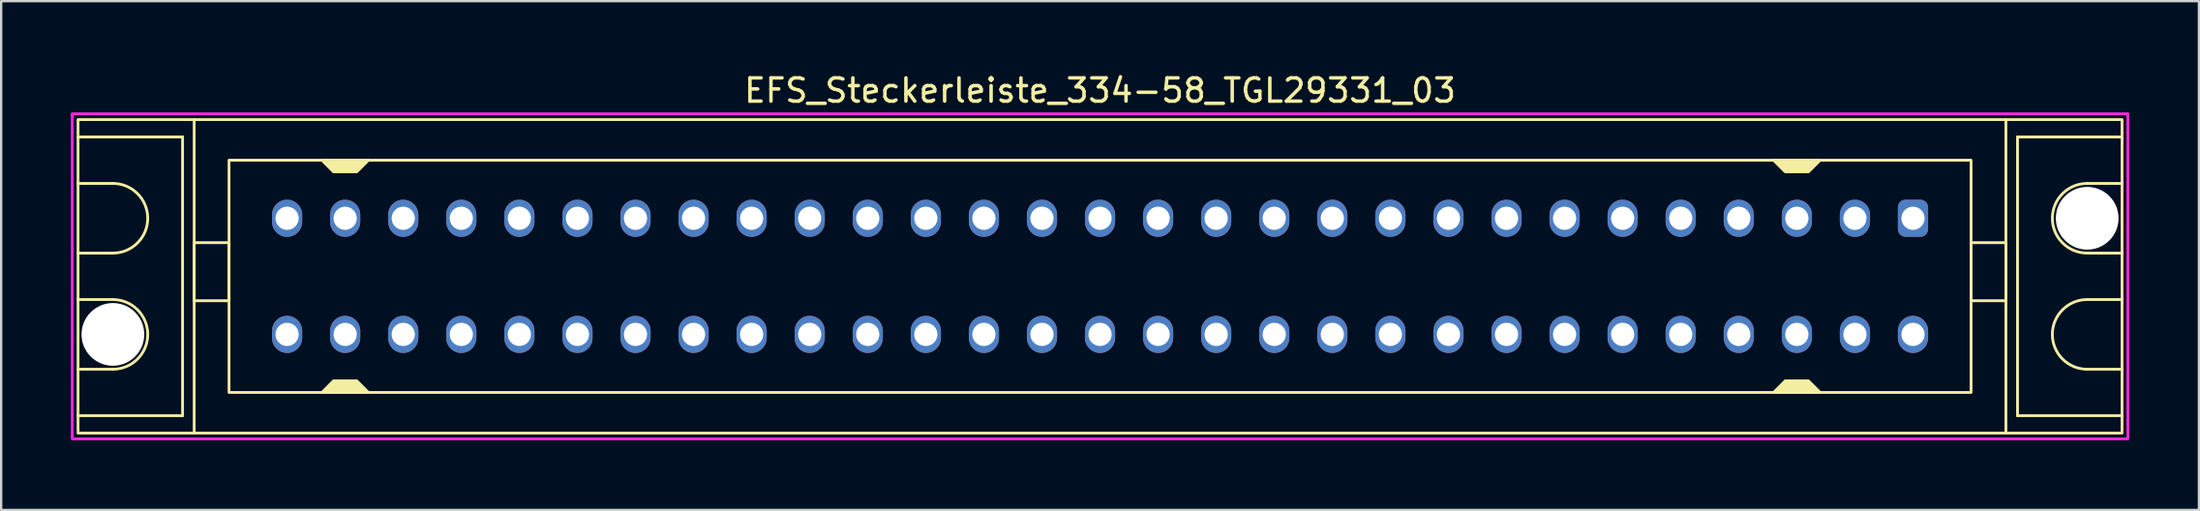
<source format=kicad_pcb>
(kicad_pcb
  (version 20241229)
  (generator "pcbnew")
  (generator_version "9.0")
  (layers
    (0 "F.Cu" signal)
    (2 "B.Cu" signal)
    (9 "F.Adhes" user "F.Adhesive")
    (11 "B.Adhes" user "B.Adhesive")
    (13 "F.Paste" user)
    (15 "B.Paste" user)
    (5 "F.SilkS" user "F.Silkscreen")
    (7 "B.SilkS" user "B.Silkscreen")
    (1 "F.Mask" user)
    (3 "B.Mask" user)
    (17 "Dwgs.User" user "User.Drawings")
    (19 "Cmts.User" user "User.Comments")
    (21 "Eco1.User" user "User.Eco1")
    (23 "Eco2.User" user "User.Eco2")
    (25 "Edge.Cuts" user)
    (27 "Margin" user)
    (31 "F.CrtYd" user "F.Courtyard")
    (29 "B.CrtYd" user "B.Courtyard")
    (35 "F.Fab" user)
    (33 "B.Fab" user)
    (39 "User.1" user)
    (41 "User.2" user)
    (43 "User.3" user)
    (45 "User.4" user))
  (footprint "EFS_Steckerleiste_334-58_TGL29331_03"
    (layer "F.Cu")
    (at 44.31 8.848)
    (property "Reference" "EFS_Steckerleiste_334-58_TGL29331_03" (at 0 -8 180) (layer "F.SilkS") (effects (font (size 1 1) (thickness 0.15))))
    (attr through_hole)
    (fp_line (start -44 -6) (end -39.5 -6) (stroke (width 0.12) (type solid)) (layer "F.SilkS"))
    (fp_line (start -42.5 -4) (end -44 -4) (stroke (width 0.12) (type solid)) (layer "F.SilkS"))
    (fp_line (start -42.5 -1) (end -44 -1) (stroke (width 0.12) (type solid)) (layer "F.SilkS"))
    (fp_line (start -42.5 1) (end -44 1) (stroke (width 0.12) (type solid)) (layer "F.SilkS"))
    (fp_line (start -42.5 4) (end -44 4) (stroke (width 0.12) (type solid)) (layer "F.SilkS"))
    (fp_line (start -39.5 -6) (end -39.5 6) (stroke (width 0.12) (type solid)) (layer "F.SilkS"))
    (fp_line (start -39.5 6) (end -44 6) (stroke (width 0.12) (type solid)) (layer "F.SilkS"))
    (fp_line (start -39 6.75) (end -39 -6.75) (stroke (width 0.12) (type solid)) (layer "F.SilkS"))
    (fp_line (start 39 6.75) (end 39 -6.75) (stroke (width 0.12) (type solid)) (layer "F.SilkS"))
    (fp_line (start 39.5 -6) (end 39.5 6) (stroke (width 0.12) (type solid)) (layer "F.SilkS"))
    (fp_line (start 39.5 6) (end 44 6) (stroke (width 0.12) (type solid)) (layer "F.SilkS"))
    (fp_line (start 42.5 -4) (end 44 -4) (stroke (width 0.12) (type solid)) (layer "F.SilkS"))
    (fp_line (start 42.5 -1) (end 44 -1) (stroke (width 0.12) (type solid)) (layer "F.SilkS"))
    (fp_line (start 42.5 1) (end 44 1) (stroke (width 0.12) (type solid)) (layer "F.SilkS"))
    (fp_line (start 42.5 4) (end 44 4) (stroke (width 0.12) (type solid)) (layer "F.SilkS"))
    (fp_line (start 44 -6) (end 39.5 -6) (stroke (width 0.12) (type solid)) (layer "F.SilkS"))
    (fp_rect (start -44 -6.75) (end 44 6.75) (stroke (width 0.12) (type solid)) (fill no) (layer "F.SilkS"))
    (fp_rect (start -37.5 -5) (end 37.5 5) (stroke (width 0.12) (type solid)) (fill no) (layer "F.SilkS"))
    (fp_rect (start -37.5 -1.45) (end -39 1.05) (stroke (width 0.12) (type solid)) (fill no) (layer "F.SilkS"))
    (fp_rect (start 39 -1.45) (end 37.5 1.05) (stroke (width 0.12) (type solid)) (fill no) (layer "F.SilkS"))
    (fp_arc (start -42.5 -4) (mid -41 -2.5) (end -42.5 -1) (stroke (width 0.12) (type solid)) (layer "F.SilkS"))
    (fp_arc (start -42.5 1) (mid -41 2.5) (end -42.5 4) (stroke (width 0.12) (type solid)) (layer "F.SilkS"))
    (fp_arc (start 42.5 -1) (mid 41 -2.5) (end 42.5 -4) (stroke (width 0.12) (type solid)) (layer "F.SilkS"))
    (fp_arc (start 42.5 4) (mid 41 2.5) (end 42.5 1) (stroke (width 0.12) (type solid)) (layer "F.SilkS"))
    (fp_poly (pts (xy -33 4.5) (xy -32 4.5) (xy -31.5 5) (xy -33.5 5)) (stroke (width 0.12) (type solid)) (fill yes) (layer "F.SilkS"))
    (fp_poly (pts (xy -32 -4.5) (xy -33 -4.5) (xy -33.5 -5) (xy -31.5 -5)) (stroke (width 0.12) (type solid)) (fill yes) (layer "F.SilkS"))
    (fp_poly (pts (xy 29.5 4.5) (xy 30.5 4.5) (xy 31 5) (xy 29 5)) (stroke (width 0.12) (type solid)) (fill yes) (layer "F.SilkS"))
    (fp_poly (pts (xy 30.5 -4.5) (xy 29.5 -4.5) (xy 29 -5) (xy 31 -5)) (stroke (width 0.12) (type solid)) (fill yes) (layer "F.SilkS"))
    (fp_rect (start -44.25 -7) (end 44.25 7) (stroke (width 0.12) (type solid)) (fill no) (layer "F.CrtYd"))
    (pad "" np_thru_hole circle (at -42.5 2.5) (size 2.7 2.7) (drill 2.7) (layers "*.Cu" "*.Mask"))
    (pad "" np_thru_hole circle (at 42.5 -2.5) (size 2.7 2.7) (drill 2.7) (layers "*.Cu" "*.Mask"))
    (pad "1a" thru_hole roundrect (at 35 -2.5) (size 1.3 1.6) (drill 1) (layers "*.Cu" "*.Mask") (roundrect_rratio 0.25))
    (pad "1c" thru_hole oval (at 35 2.5) (size 1.3 1.6) (drill 1) (layers "*.Cu" "*.Mask"))
    (pad "2a" thru_hole oval (at 32.5 -2.5) (size 1.3 1.6) (drill 1) (layers "*.Cu" "*.Mask"))
    (pad "2c" thru_hole oval (at 32.5 2.5) (size 1.3 1.6) (drill 1) (layers "*.Cu" "*.Mask"))
    (pad "3a" thru_hole oval (at 30 -2.5) (size 1.3 1.6) (drill 1) (layers "*.Cu" "*.Mask"))
    (pad "3c" thru_hole oval (at 30 2.5) (size 1.3 1.6) (drill 1) (layers "*.Cu" "*.Mask"))
    (pad "4a" thru_hole oval (at 27.5 -2.5) (size 1.3 1.6) (drill 1) (layers "*.Cu" "*.Mask"))
    (pad "4c" thru_hole oval (at 27.5 2.5) (size 1.3 1.6) (drill 1) (layers "*.Cu" "*.Mask"))
    (pad "5a" thru_hole oval (at 25 -2.5) (size 1.3 1.6) (drill 1) (layers "*.Cu" "*.Mask"))
    (pad "5c" thru_hole oval (at 25 2.5) (size 1.3 1.6) (drill 1) (layers "*.Cu" "*.Mask"))
    (pad "6a" thru_hole oval (at 22.5 -2.5) (size 1.3 1.6) (drill 1) (layers "*.Cu" "*.Mask"))
    (pad "6c" thru_hole oval (at 22.5 2.5) (size 1.3 1.6) (drill 1) (layers "*.Cu" "*.Mask"))
    (pad "7a" thru_hole oval (at 20 -2.5) (size 1.3 1.6) (drill 1) (layers "*.Cu" "*.Mask"))
    (pad "7c" thru_hole oval (at 20 2.5) (size 1.3 1.6) (drill 1) (layers "*.Cu" "*.Mask"))
    (pad "8a" thru_hole oval (at 17.5 -2.5) (size 1.3 1.6) (drill 1) (layers "*.Cu" "*.Mask"))
    (pad "8c" thru_hole oval (at 17.5 2.5) (size 1.3 1.6) (drill 1) (layers "*.Cu" "*.Mask"))
    (pad "9a" thru_hole oval (at 15 -2.5) (size 1.3 1.6) (drill 1) (layers "*.Cu" "*.Mask"))
    (pad "9c" thru_hole oval (at 15 2.5) (size 1.3 1.6) (drill 1) (layers "*.Cu" "*.Mask"))
    (pad "10a" thru_hole oval (at 12.5 -2.5) (size 1.3 1.6) (drill 1) (layers "*.Cu" "*.Mask"))
    (pad "10c" thru_hole oval (at 12.5 2.5) (size 1.3 1.6) (drill 1) (layers "*.Cu" "*.Mask"))
    (pad "11a" thru_hole oval (at 10 -2.5) (size 1.3 1.6) (drill 1) (layers "*.Cu" "*.Mask"))
    (pad "11c" thru_hole oval (at 10 2.5) (size 1.3 1.6) (drill 1) (layers "*.Cu" "*.Mask"))
    (pad "12a" thru_hole oval (at 7.5 -2.5) (size 1.3 1.6) (drill 1) (layers "*.Cu" "*.Mask"))
    (pad "12c" thru_hole oval (at 7.5 2.5) (size 1.3 1.6) (drill 1) (layers "*.Cu" "*.Mask"))
    (pad "13a" thru_hole oval (at 5 -2.5) (size 1.3 1.6) (drill 1) (layers "*.Cu" "*.Mask"))
    (pad "13c" thru_hole oval (at 5 2.5) (size 1.3 1.6) (drill 1) (layers "*.Cu" "*.Mask"))
    (pad "14a" thru_hole oval (at 2.5 -2.5) (size 1.3 1.6) (drill 1) (layers "*.Cu" "*.Mask"))
    (pad "14c" thru_hole oval (at 2.5 2.5) (size 1.3 1.6) (drill 1) (layers "*.Cu" "*.Mask"))
    (pad "15a" thru_hole oval (at 0 -2.5) (size 1.3 1.6) (drill 1) (layers "*.Cu" "*.Mask"))
    (pad "15c" thru_hole oval (at 0 2.5) (size 1.3 1.6) (drill 1) (layers "*.Cu" "*.Mask"))
    (pad "16a" thru_hole oval (at -2.5 -2.5) (size 1.3 1.6) (drill 1) (layers "*.Cu" "*.Mask"))
    (pad "16c" thru_hole oval (at -2.5 2.5) (size 1.3 1.6) (drill 1) (layers "*.Cu" "*.Mask"))
    (pad "17a" thru_hole oval (at -5 -2.5) (size 1.3 1.6) (drill 1) (layers "*.Cu" "*.Mask"))
    (pad "17c" thru_hole oval (at -5 2.5) (size 1.3 1.6) (drill 1) (layers "*.Cu" "*.Mask"))
    (pad "18a" thru_hole oval (at -7.5 -2.5) (size 1.3 1.6) (drill 1) (layers "*.Cu" "*.Mask"))
    (pad "18c" thru_hole oval (at -7.5 2.5) (size 1.3 1.6) (drill 1) (layers "*.Cu" "*.Mask"))
    (pad "19a" thru_hole oval (at -10 -2.5) (size 1.3 1.6) (drill 1) (layers "*.Cu" "*.Mask"))
    (pad "19c" thru_hole oval (at -10 2.5) (size 1.3 1.6) (drill 1) (layers "*.Cu" "*.Mask"))
    (pad "20a" thru_hole oval (at -12.5 -2.5) (size 1.3 1.6) (drill 1) (layers "*.Cu" "*.Mask"))
    (pad "20c" thru_hole oval (at -12.5 2.5) (size 1.3 1.6) (drill 1) (layers "*.Cu" "*.Mask"))
    (pad "21a" thru_hole oval (at -15 -2.5) (size 1.3 1.6) (drill 1) (layers "*.Cu" "*.Mask"))
    (pad "21c" thru_hole oval (at -15 2.5) (size 1.3 1.6) (drill 1) (layers "*.Cu" "*.Mask"))
    (pad "22a" thru_hole oval (at -17.5 -2.5) (size 1.3 1.6) (drill 1) (layers "*.Cu" "*.Mask"))
    (pad "22c" thru_hole oval (at -17.5 2.5) (size 1.3 1.6) (drill 1) (layers "*.Cu" "*.Mask"))
    (pad "23a" thru_hole oval (at -20 -2.5) (size 1.3 1.6) (drill 1) (layers "*.Cu" "*.Mask"))
    (pad "23c" thru_hole oval (at -20 2.5) (size 1.3 1.6) (drill 1) (layers "*.Cu" "*.Mask"))
    (pad "24a" thru_hole oval (at -22.5 -2.5) (size 1.3 1.6) (drill 1) (layers "*.Cu" "*.Mask"))
    (pad "24c" thru_hole oval (at -22.5 2.5) (size 1.3 1.6) (drill 1) (layers "*.Cu" "*.Mask"))
    (pad "25a" thru_hole oval (at -25 -2.5) (size 1.3 1.6) (drill 1) (layers "*.Cu" "*.Mask"))
    (pad "25c" thru_hole oval (at -25 2.5) (size 1.3 1.6) (drill 1) (layers "*.Cu" "*.Mask"))
    (pad "26a" thru_hole oval (at -27.5 -2.5) (size 1.3 1.6) (drill 1) (layers "*.Cu" "*.Mask"))
    (pad "26c" thru_hole oval (at -27.5 2.5) (size 1.3 1.6) (drill 1) (layers "*.Cu" "*.Mask"))
    (pad "27a" thru_hole oval (at -30 -2.5) (size 1.3 1.6) (drill 1) (layers "*.Cu" "*.Mask"))
    (pad "27c" thru_hole oval (at -30 2.5) (size 1.3 1.6) (drill 1) (layers "*.Cu" "*.Mask"))
    (pad "28a" thru_hole oval (at -32.5 -2.5) (size 1.3 1.6) (drill 1) (layers "*.Cu" "*.Mask"))
    (pad "28c" thru_hole oval (at -32.5 2.5) (size 1.3 1.6) (drill 1) (layers "*.Cu" "*.Mask"))
    (pad "29a" thru_hole oval (at -35 -2.5) (size 1.3 1.6) (drill 1) (layers "*.Cu" "*.Mask"))
    (pad "29c" thru_hole oval (at -35 2.5) (size 1.3 1.6) (drill 1) (layers "*.Cu" "*.Mask")))
  (gr_rect
    (start -3 -3)
    (end 91.62 18.908)
    (stroke (width 0.1) (type default))
    (fill no)
    (layer "Edge.Cuts")))
</source>
